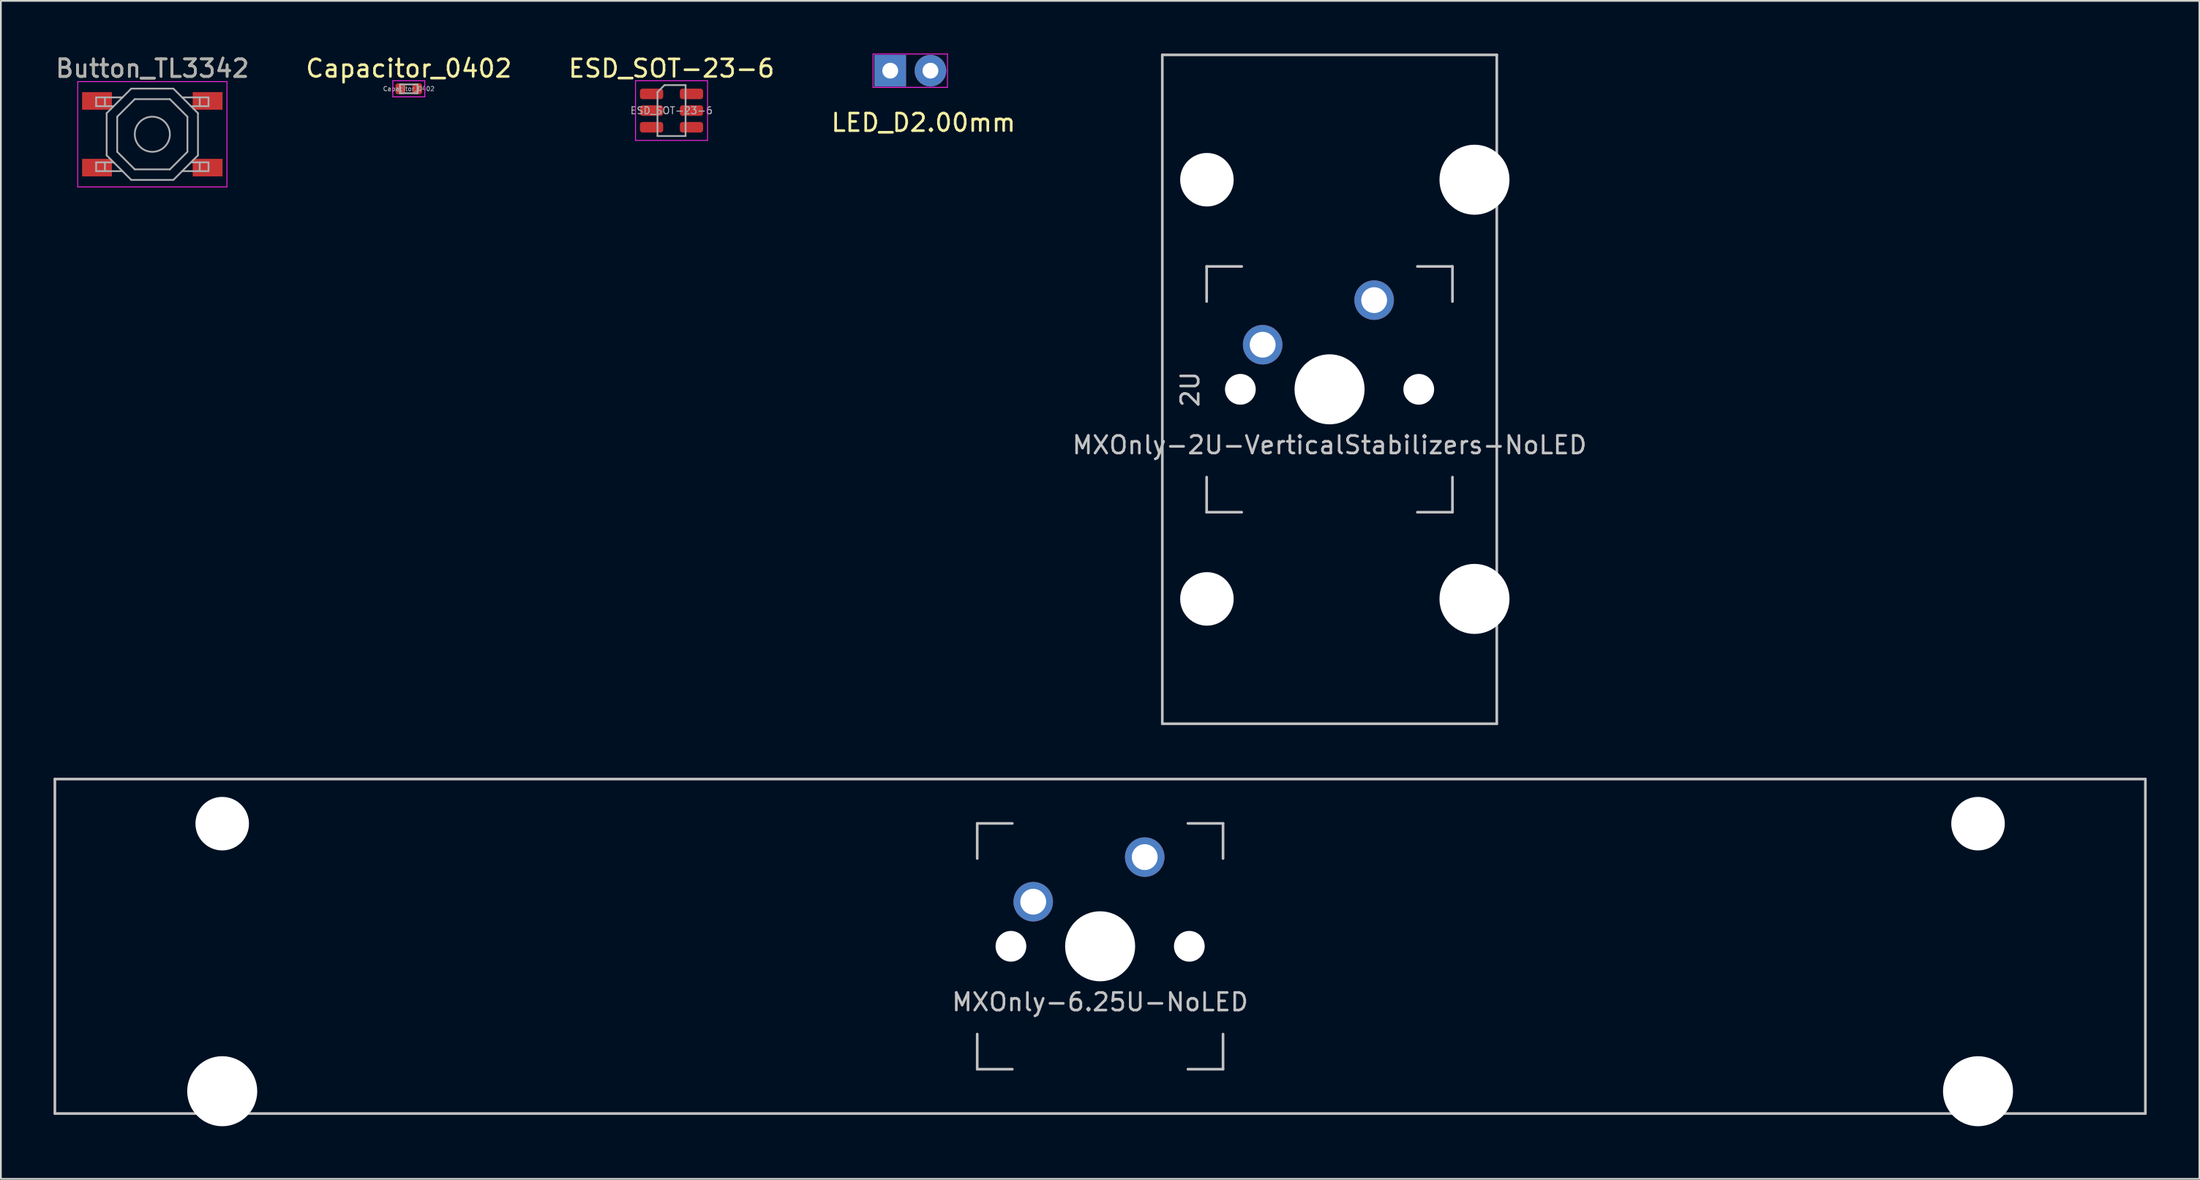
<source format=kicad_pcb>
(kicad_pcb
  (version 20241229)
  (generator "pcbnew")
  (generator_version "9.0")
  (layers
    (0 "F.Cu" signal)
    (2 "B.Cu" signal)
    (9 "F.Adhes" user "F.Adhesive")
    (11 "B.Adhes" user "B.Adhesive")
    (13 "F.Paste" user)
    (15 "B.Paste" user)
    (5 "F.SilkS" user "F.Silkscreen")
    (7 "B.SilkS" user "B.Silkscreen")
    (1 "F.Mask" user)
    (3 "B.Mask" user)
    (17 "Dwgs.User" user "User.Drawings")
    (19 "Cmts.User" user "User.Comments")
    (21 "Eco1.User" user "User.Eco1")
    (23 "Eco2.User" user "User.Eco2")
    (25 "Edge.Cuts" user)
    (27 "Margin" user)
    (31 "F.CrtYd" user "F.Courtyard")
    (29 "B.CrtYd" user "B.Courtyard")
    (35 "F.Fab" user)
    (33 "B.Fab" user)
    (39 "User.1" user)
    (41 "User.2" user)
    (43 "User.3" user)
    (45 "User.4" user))
  (footprint "Button_TL3342"
    (layer "F.Cu")
    (at 5.625 4.598)
    (property "Reference" "Button_TL3342" (at 0.000002 -3.75 0) (layer "F.SilkS") (effects (font (size 1 1) (thickness 0.15))))
    (attr smd)
    (fp_line (start -4.25 -3) (end -4.25 3) (stroke (width 0.05) (type solid)) (layer "F.CrtYd"))
    (fp_line (start -4.25 3) (end 4.25 3) (stroke (width 0.05) (type solid)) (layer "F.CrtYd"))
    (fp_line (start 4.25 -3) (end -4.25 -3) (stroke (width 0.05) (type solid)) (layer "F.CrtYd"))
    (fp_line (start 4.25 3) (end 4.25 -3) (stroke (width 0.05) (type solid)) (layer "F.CrtYd"))
    (fp_line (start -3.2 -2.1) (end -1.7 -2.1) (stroke (width 0.1) (type solid)) (layer "F.Fab"))
    (fp_line (start -3.2 -1.6) (end -3.2 -2.1) (stroke (width 0.1) (type solid)) (layer "F.Fab"))
    (fp_line (start -3.2 1.6) (end -3.2 2.1) (stroke (width 0.1) (type solid)) (layer "F.Fab"))
    (fp_line (start -3.2 2.1) (end -1.7 2.1) (stroke (width 0.1) (type solid)) (layer "F.Fab"))
    (fp_line (start -2.7 -1.6) (end -2.7 -2.1) (stroke (width 0.1) (type solid)) (layer "F.Fab"))
    (fp_line (start -2.7 1.6) (end -2.7 2.1) (stroke (width 0.1) (type solid)) (layer "F.Fab"))
    (fp_line (start -2.6 -1.2) (end -1.2 -2.6) (stroke (width 0.1) (type solid)) (layer "F.Fab"))
    (fp_line (start -2.6 1.2) (end -2.6 -1.2) (stroke (width 0.1) (type solid)) (layer "F.Fab"))
    (fp_line (start -2.2 -1.6) (end -3.2 -1.6) (stroke (width 0.1) (type solid)) (layer "F.Fab"))
    (fp_line (start -2.2 1.6) (end -3.2 1.6) (stroke (width 0.1) (type solid)) (layer "F.Fab"))
    (fp_line (start -2 -1) (end -2 1) (stroke (width 0.1) (type solid)) (layer "F.Fab"))
    (fp_line (start -2 1) (end -1 2) (stroke (width 0.1) (type solid)) (layer "F.Fab"))
    (fp_line (start -1.2 -2.6) (end 1.2 -2.6) (stroke (width 0.1) (type solid)) (layer "F.Fab"))
    (fp_line (start -1.2 2.6) (end -2.6 1.2) (stroke (width 0.1) (type solid)) (layer "F.Fab"))
    (fp_line (start -1 -2) (end -2 -1) (stroke (width 0.1) (type solid)) (layer "F.Fab"))
    (fp_line (start -1 2) (end 1 2) (stroke (width 0.1) (type solid)) (layer "F.Fab"))
    (fp_line (start 1 -2) (end -1 -2) (stroke (width 0.1) (type solid)) (layer "F.Fab"))
    (fp_line (start 1 2) (end 2 1) (stroke (width 0.1) (type solid)) (layer "F.Fab"))
    (fp_line (start 1.2 -2.6) (end 2.6 -1.2) (stroke (width 0.1) (type solid)) (layer "F.Fab"))
    (fp_line (start 1.2 2.6) (end -1.2 2.6) (stroke (width 0.1) (type solid)) (layer "F.Fab"))
    (fp_line (start 2 -1) (end 1 -2) (stroke (width 0.1) (type solid)) (layer "F.Fab"))
    (fp_line (start 2 1) (end 2 -1) (stroke (width 0.1) (type solid)) (layer "F.Fab"))
    (fp_line (start 2.2 -1.6) (end 3.2 -1.6) (stroke (width 0.1) (type solid)) (layer "F.Fab"))
    (fp_line (start 2.2 1.6) (end 3.2 1.6) (stroke (width 0.1) (type solid)) (layer "F.Fab"))
    (fp_line (start 2.6 -1.2) (end 2.6 1.2) (stroke (width 0.1) (type solid)) (layer "F.Fab"))
    (fp_line (start 2.6 1.2) (end 1.2 2.6) (stroke (width 0.1) (type solid)) (layer "F.Fab"))
    (fp_line (start 2.7 -1.6) (end 2.7 -2.1) (stroke (width 0.1) (type solid)) (layer "F.Fab"))
    (fp_line (start 2.7 1.6) (end 2.7 2.1) (stroke (width 0.1) (type solid)) (layer "F.Fab"))
    (fp_line (start 3.2 -2.1) (end 1.7 -2.1) (stroke (width 0.1) (type solid)) (layer "F.Fab"))
    (fp_line (start 3.2 -1.6) (end 3.2 -2.1) (stroke (width 0.1) (type solid)) (layer "F.Fab"))
    (fp_line (start 3.2 1.6) (end 3.2 2.1) (stroke (width 0.1) (type solid)) (layer "F.Fab"))
    (fp_line (start 3.2 2.1) (end 1.7 2.1) (stroke (width 0.1) (type solid)) (layer "F.Fab"))
    (fp_circle (center 0 0) (end 1 0) (stroke (width 0.1) (type solid)) (fill no) (layer "F.Fab"))
    (fp_text user "${REFERENCE}" (at 0.000002 -3.75 0) (layer "F.Fab") (effects (font (size 1 1) (thickness 0.15))))
    (pad "1" smd rect (at -3.15 -1.9 180) (size 1.7 1) (layers "F.Cu" "F.Mask" "F.Paste"))
    (pad "1" smd rect (at 3.15 -1.9 180) (size 1.7 1) (layers "F.Cu" "F.Mask" "F.Paste"))
    (pad "2" smd rect (at -3.15 1.9 180) (size 1.7 1) (layers "F.Cu" "F.Mask" "F.Paste"))
    (pad "2" smd rect (at 3.15 1.9 180) (size 1.7 1) (layers "F.Cu" "F.Mask" "F.Paste")))
  (footprint "MXOnly-6.25U-NoLED"
    (layer "F.Cu")
    (at 59.606 50.85)
    (property "Reference" "MXOnly-6.25U-NoLED" (at 0 3.175 0) (layer "Dwgs.User") (effects (font (size 1 1) (thickness 0.15))))
    (attr through_hole)
    (fp_line (start -59.531 -9.525) (end 59.531 -9.525) (stroke (width 0.15) (type solid)) (layer "Dwgs.User"))
    (fp_line (start -59.531 9.525) (end -59.531 -9.525) (stroke (width 0.15) (type solid)) (layer "Dwgs.User"))
    (fp_line (start -59.531 9.525) (end 59.531 9.525) (stroke (width 0.15) (type solid)) (layer "Dwgs.User"))
    (fp_line (start -7 -7) (end -7 -5) (stroke (width 0.15) (type solid)) (layer "Dwgs.User"))
    (fp_line (start -7 5) (end -7 7) (stroke (width 0.15) (type solid)) (layer "Dwgs.User"))
    (fp_line (start -7 7) (end -5 7) (stroke (width 0.15) (type solid)) (layer "Dwgs.User"))
    (fp_line (start -5 -7) (end -7 -7) (stroke (width 0.15) (type solid)) (layer "Dwgs.User"))
    (fp_line (start 5 -7) (end 7 -7) (stroke (width 0.15) (type solid)) (layer "Dwgs.User"))
    (fp_line (start 5 7) (end 7 7) (stroke (width 0.15) (type solid)) (layer "Dwgs.User"))
    (fp_line (start 7 -7) (end 7 -5) (stroke (width 0.15) (type solid)) (layer "Dwgs.User"))
    (fp_line (start 7 7) (end 7 5) (stroke (width 0.15) (type solid)) (layer "Dwgs.User"))
    (fp_line (start 59.531 -9.525) (end 59.531 9.525) (stroke (width 0.15) (type solid)) (layer "Dwgs.User"))
    (pad "" np_thru_hole circle (at -50 -6.985) (size 3.048 3.048) (drill 3.048) (layers "*.Cu" "*.Mask"))
    (pad "" np_thru_hole circle (at -50 8.255) (size 3.988 3.988) (drill 3.988) (layers "*.Cu" "*.Mask"))
    (pad "" np_thru_hole circle (at -5.08 0 48.1) (size 1.75 1.75) (drill 1.75) (layers "*.Cu" "*.Mask"))
    (pad "" np_thru_hole circle (at 0 0) (size 3.988 3.988) (drill 3.988) (layers "*.Cu" "*.Mask"))
    (pad "" np_thru_hole circle (at 5.08 0 48.1) (size 1.75 1.75) (drill 1.75) (layers "*.Cu" "*.Mask"))
    (pad "" np_thru_hole circle (at 50 -6.985) (size 3.048 3.048) (drill 3.048) (layers "*.Cu" "*.Mask"))
    (pad "" np_thru_hole circle (at 50 8.255) (size 3.988 3.988) (drill 3.988) (layers "*.Cu" "*.Mask"))
    (pad "1" thru_hole circle (at -3.81 -2.54) (size 2.25 2.25) (drill 1.47) (layers "*.Cu" "B.Mask"))
    (pad "2" thru_hole circle (at 2.54 -5.08) (size 2.25 2.25) (drill 1.47) (layers "*.Cu" "B.Mask")))
  (footprint "Capacitor_0402"
    (layer "F.Cu")
    (at 20.232 2.008)
    (property "Reference" "Capacitor_0402" (at 0.000002 -1.16 0) (layer "F.SilkS") (effects (font (size 1 1) (thickness 0.15))))
    (attr smd)
    (fp_line (start -0.91 -0.46) (end -0.91 0.46) (stroke (width 0.05) (type solid)) (layer "F.CrtYd"))
    (fp_line (start -0.91 0.46) (end 0.91 0.46) (stroke (width 0.05) (type solid)) (layer "F.CrtYd"))
    (fp_line (start 0.91 -0.46) (end -0.91 -0.46) (stroke (width 0.05) (type solid)) (layer "F.CrtYd"))
    (fp_line (start 0.91 0.46) (end 0.91 -0.46) (stroke (width 0.05) (type solid)) (layer "F.CrtYd"))
    (fp_line (start -0.5 -0.25) (end -0.5 0.25) (stroke (width 0.1) (type solid)) (layer "F.Fab"))
    (fp_line (start -0.5 0.25) (end 0.5 0.25) (stroke (width 0.1) (type solid)) (layer "F.Fab"))
    (fp_line (start 0.5 -0.25) (end -0.5 -0.25) (stroke (width 0.1) (type solid)) (layer "F.Fab"))
    (fp_line (start 0.5 0.25) (end 0.5 -0.25) (stroke (width 0.1) (type solid)) (layer "F.Fab"))
    (fp_text user "${REFERENCE}" (at 0 0 0) (layer "F.Fab") (effects (font (size 0.25 0.25) (thickness 0.04))))
    (pad "1" smd roundrect (at -0.48 0) (size 0.56 0.62) (layers "F.Cu" "F.Mask" "F.Paste") (roundrect_rratio 0.25))
    (pad "2" smd roundrect (at 0.48 0) (size 0.56 0.62) (layers "F.Cu" "F.Mask" "F.Paste") (roundrect_rratio 0.25)))
  (footprint "LED_D2.00mm"
    (layer "F.Cu")
    (at 49.542 3.435)
    (property "Reference" "LED_D2.00mm" (at 0 0.5 0) (layer "F.SilkS") (effects (font (size 1 1) (thickness 0.15))))
    (attr through_hole)
    (fp_line (start -2.87 -3.41) (end -2.87 -1.51) (stroke (width 0.05) (type solid)) (layer "F.CrtYd"))
    (fp_line (start -2.87 -1.51) (end 1.37 -1.51) (stroke (width 0.05) (type solid)) (layer "F.CrtYd"))
    (fp_line (start 1.37 -3.41) (end -2.87 -3.41) (stroke (width 0.05) (type solid)) (layer "F.CrtYd"))
    (fp_line (start 1.37 -1.51) (end 1.37 -3.41) (stroke (width 0.05) (type solid)) (layer "F.CrtYd"))
    (pad "1" thru_hole rect (at -1.89 -2.46) (size 1.8 1.8) (drill 0.9) (layers "*.Cu" "*.Mask"))
    (pad "2" thru_hole circle (at 0.4 -2.46) (size 1.8 1.8) (drill 0.9) (layers "*.Cu" "*.Mask")))
  (footprint "MXOnly-2U-VerticalStabilizers-NoLED"
    (layer "F.Cu")
    (at 72.673 19.125)
    (property "Reference" "MXOnly-2U-VerticalStabilizers-NoLED" (at 0 3.175 0) (layer "Dwgs.User") (effects (font (size 1 1) (thickness 0.15))))
    (attr through_hole)
    (fp_line (start -9.525 -19.05) (end 9.525 -19.05) (stroke (width 0.15) (type solid)) (layer "Dwgs.User"))
    (fp_line (start -9.525 19.05) (end -9.525 -19.05) (stroke (width 0.15) (type solid)) (layer "Dwgs.User"))
    (fp_line (start -7 -7) (end -7 -5) (stroke (width 0.15) (type solid)) (layer "Dwgs.User"))
    (fp_line (start -7 5) (end -7 7) (stroke (width 0.15) (type solid)) (layer "Dwgs.User"))
    (fp_line (start -7 7) (end -5 7) (stroke (width 0.15) (type solid)) (layer "Dwgs.User"))
    (fp_line (start -5 -7) (end -7 -7) (stroke (width 0.15) (type solid)) (layer "Dwgs.User"))
    (fp_line (start 5 -7) (end 7 -7) (stroke (width 0.15) (type solid)) (layer "Dwgs.User"))
    (fp_line (start 5 7) (end 7 7) (stroke (width 0.15) (type solid)) (layer "Dwgs.User"))
    (fp_line (start 7 -7) (end 7 -5) (stroke (width 0.15) (type solid)) (layer "Dwgs.User"))
    (fp_line (start 7 7) (end 7 5) (stroke (width 0.15) (type solid)) (layer "Dwgs.User"))
    (fp_line (start 9.525 19.05) (end -9.525 19.05) (stroke (width 0.15) (type solid)) (layer "Dwgs.User"))
    (fp_line (start 9.525 19.05) (end 9.525 -19.05) (stroke (width 0.15) (type solid)) (layer "Dwgs.User"))
    (fp_text user "2U" (at -7.938 0 270) (layer "Dwgs.User") (effects (font (size 1 1) (thickness 0.15))))
    (pad "" np_thru_hole circle (at -6.985 -11.938 180) (size 3.048 3.048) (drill 3.048) (layers "*.Cu" "*.Mask"))
    (pad "" np_thru_hole circle (at -6.985 11.938 90) (size 3.048 3.048) (drill 3.048) (layers "*.Cu" "*.Mask"))
    (pad "" np_thru_hole circle (at -5.08 0 48.1) (size 1.75 1.75) (drill 1.75) (layers "*.Cu" "*.Mask"))
    (pad "" np_thru_hole circle (at 0 0) (size 3.988 3.988) (drill 3.988) (layers "*.Cu" "*.Mask"))
    (pad "" np_thru_hole circle (at 5.08 0 48.1) (size 1.75 1.75) (drill 1.75) (layers "*.Cu" "*.Mask"))
    (pad "" np_thru_hole circle (at 8.255 -11.938 90) (size 3.988 3.988) (drill 3.988) (layers "*.Cu" "*.Mask"))
    (pad "" np_thru_hole circle (at 8.255 11.938 90) (size 3.988 3.988) (drill 3.988) (layers "*.Cu" "*.Mask"))
    (pad "1" thru_hole circle (at -3.81 -2.54) (size 2.25 2.25) (drill 1.47) (layers "*.Cu" "B.Mask"))
    (pad "2" thru_hole circle (at 2.54 -5.08) (size 2.25 2.25) (drill 1.47) (layers "*.Cu" "B.Mask")))
  (footprint "ESD_SOT-23-6"
    (layer "F.Cu")
    (at 35.196 3.248)
    (property "Reference" "ESD_SOT-23-6" (at 0 -2.4 0) (layer "F.SilkS") (effects (font (size 1 1) (thickness 0.15))))
    (attr smd)
    (fp_line (start -2.05 -1.7) (end 2.05 -1.7) (stroke (width 0.05) (type solid)) (layer "F.CrtYd"))
    (fp_line (start -2.05 1.7) (end -2.05 -1.7) (stroke (width 0.05) (type solid)) (layer "F.CrtYd"))
    (fp_line (start 2.05 -1.7) (end 2.05 1.7) (stroke (width 0.05) (type solid)) (layer "F.CrtYd"))
    (fp_line (start 2.05 1.7) (end -2.05 1.7) (stroke (width 0.05) (type solid)) (layer "F.CrtYd"))
    (fp_line (start -0.8 -1.05) (end -0.8 1.45) (stroke (width 0.1) (type solid)) (layer "F.Fab"))
    (fp_line (start -0.8 1.45) (end 0.8 1.45) (stroke (width 0.1) (type solid)) (layer "F.Fab"))
    (fp_line (start -0.4 -1.45) (end -0.8 -1.05) (stroke (width 0.1) (type solid)) (layer "F.Fab"))
    (fp_line (start 0.8 -1.45) (end -0.4 -1.45) (stroke (width 0.1) (type solid)) (layer "F.Fab"))
    (fp_line (start 0.8 1.45) (end 0.8 -1.45) (stroke (width 0.1) (type solid)) (layer "F.Fab"))
    (fp_text user "${REFERENCE}" (at 0 0 0) (layer "F.Fab") (effects (font (size 0.4 0.4) (thickness 0.06))))
    (pad "1" smd roundrect (at -1.137 -0.95) (size 1.325 0.6) (layers "F.Cu" "F.Mask" "F.Paste") (roundrect_rratio 0.25))
    (pad "2" smd roundrect (at -1.137 0) (size 1.325 0.6) (layers "F.Cu" "F.Mask" "F.Paste") (roundrect_rratio 0.25))
    (pad "3" smd roundrect (at -1.137 0.95) (size 1.325 0.6) (layers "F.Cu" "F.Mask" "F.Paste") (roundrect_rratio 0.25))
    (pad "4" smd roundrect (at 1.137 0.95) (size 1.325 0.6) (layers "F.Cu" "F.Mask" "F.Paste") (roundrect_rratio 0.25))
    (pad "5" smd roundrect (at 1.137 0) (size 1.325 0.6) (layers "F.Cu" "F.Mask" "F.Paste") (roundrect_rratio 0.25))
    (pad "6" smd roundrect (at 1.137 -0.95) (size 1.325 0.6) (layers "F.Cu" "F.Mask" "F.Paste") (roundrect_rratio 0.25)))
  (gr_rect
    (start -3 -3)
    (end 122.213 64.099)
    (stroke (width 0.1) (type default))
    (fill no)
    (layer "Edge.Cuts")))
</source>
